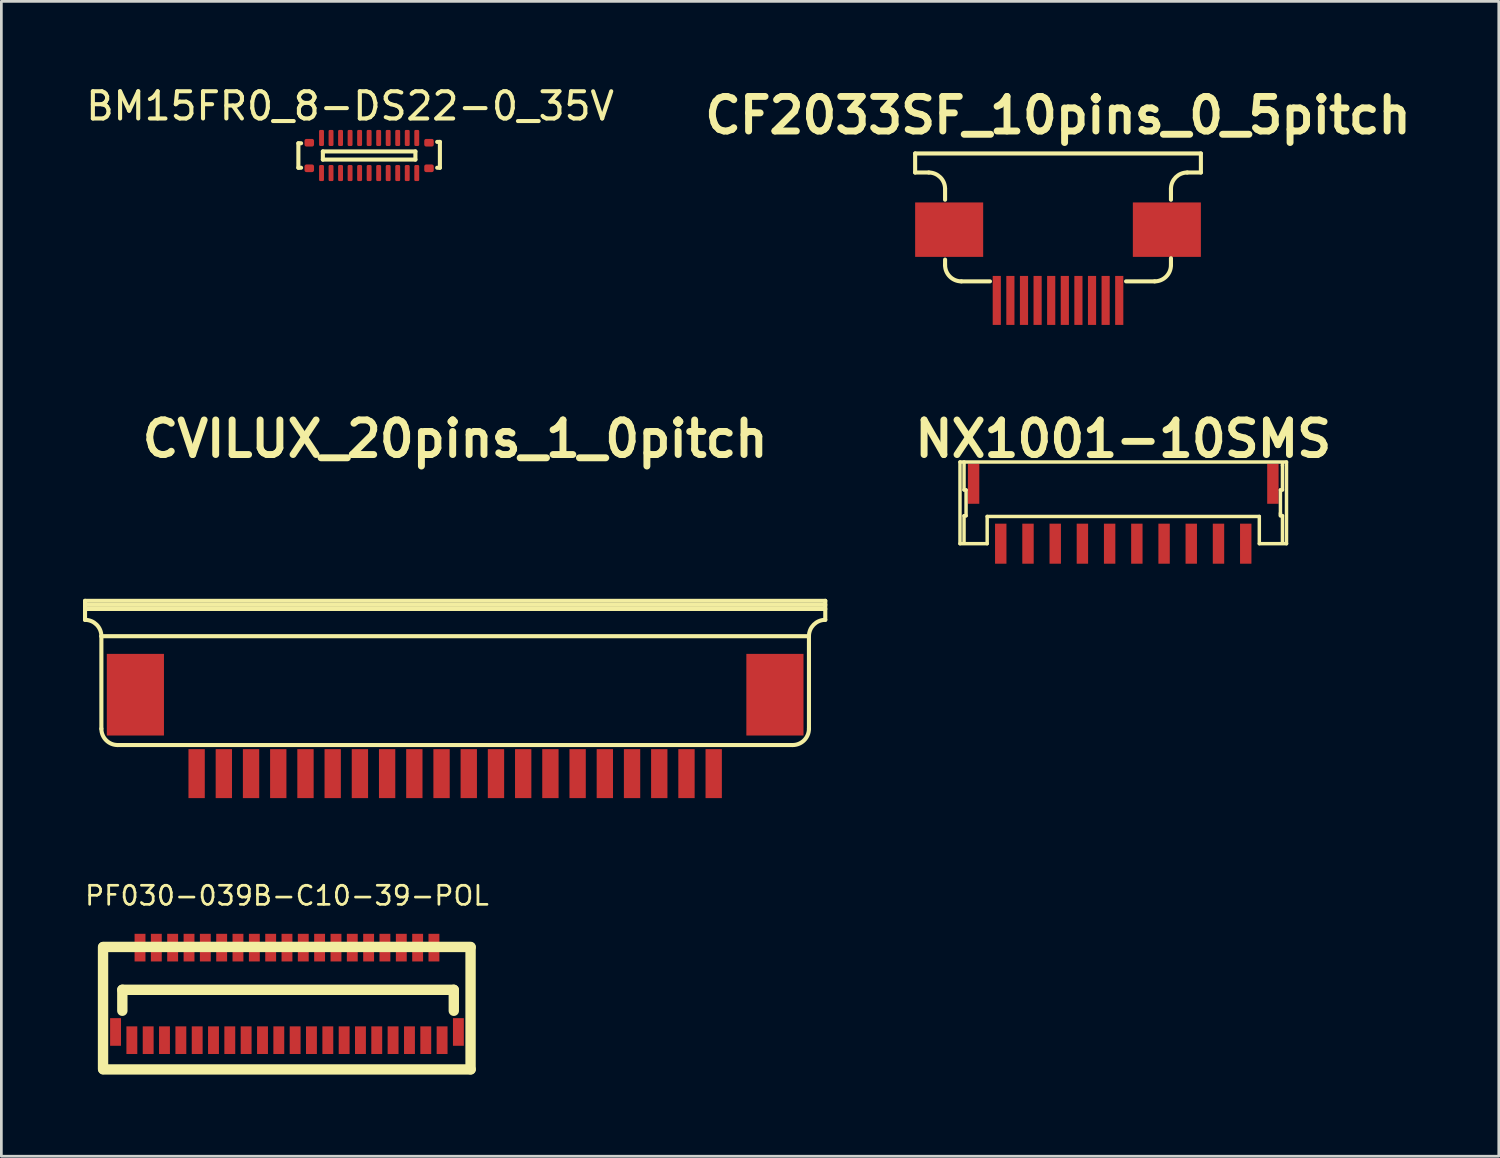
<source format=kicad_pcb>
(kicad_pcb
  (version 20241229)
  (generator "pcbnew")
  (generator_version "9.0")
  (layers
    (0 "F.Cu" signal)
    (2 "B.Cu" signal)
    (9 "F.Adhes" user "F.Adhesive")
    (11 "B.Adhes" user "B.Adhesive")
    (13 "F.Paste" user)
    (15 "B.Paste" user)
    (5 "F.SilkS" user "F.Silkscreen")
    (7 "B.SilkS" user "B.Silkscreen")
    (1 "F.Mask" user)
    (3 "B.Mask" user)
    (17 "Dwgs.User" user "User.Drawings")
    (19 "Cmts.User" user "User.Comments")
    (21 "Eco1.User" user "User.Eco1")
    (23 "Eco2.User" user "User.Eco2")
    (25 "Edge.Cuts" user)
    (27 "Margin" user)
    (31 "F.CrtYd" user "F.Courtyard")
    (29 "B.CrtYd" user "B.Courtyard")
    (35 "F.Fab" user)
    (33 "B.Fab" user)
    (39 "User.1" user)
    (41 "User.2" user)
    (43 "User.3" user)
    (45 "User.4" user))
  (footprint "CVILUX_20pins_1_0pitch"
    (layer "F.Cu")
    (at 13.675 21.677)
    (property "Reference" "CVILUX_20pins_1_0pitch" (at 0 -8.6 0) (layer "F.SilkS") (effects (font (size 1.27 1.27) (thickness 0.254))))
    (attr smd)
    (fp_line (start -13.6 -2.65) (end -13.6 -1.95) (stroke (width 0.15) (type solid)) (layer "F.SilkS"))
    (fp_line (start -13.6 -2.35) (end 13.6 -2.35) (stroke (width 0.15) (type solid)) (layer "F.SilkS"))
    (fp_line (start -13 -1.35) (end -13 2.05) (stroke (width 0.15) (type solid)) (layer "F.SilkS"))
    (fp_line (start 12.4 2.65) (end -12.4 2.65) (stroke (width 0.15) (type solid)) (layer "F.SilkS"))
    (fp_line (start 13 -1.35) (end -13 -1.35) (stroke (width 0.15) (type solid)) (layer "F.SilkS"))
    (fp_line (start 13 -1.35) (end 13 2.05) (stroke (width 0.15) (type solid)) (layer "F.SilkS"))
    (fp_line (start 13.6 -2.65) (end -13.6 -2.65) (stroke (width 0.15) (type solid)) (layer "F.SilkS"))
    (fp_line (start 13.6 -2.65) (end 13.6 -1.95) (stroke (width 0.15) (type solid)) (layer "F.SilkS"))
    (fp_line (start 13.6 -2.5) (end -13.6 -2.5) (stroke (width 0.15) (type solid)) (layer "F.SilkS"))
    (fp_arc (start -13.6 -1.95) (mid -13.175736 -1.774264) (end -13 -1.35) (stroke (width 0.15) (type solid)) (layer "F.SilkS"))
    (fp_arc (start -12.4 2.65) (mid -12.824264 2.474264) (end -13 2.05) (stroke (width 0.15) (type solid)) (layer "F.SilkS"))
    (fp_arc (start 13 -1.35) (mid 13.175736 -1.774264) (end 13.6 -1.95) (stroke (width 0.15) (type solid)) (layer "F.SilkS"))
    (fp_arc (start 13 2.05) (mid 12.824264 2.474264) (end 12.4 2.65) (stroke (width 0.15) (type solid)) (layer "F.SilkS"))
    (pad "0" smd rect (at -11.75 0.8) (size 2.1 3) (layers "F.Cu" "F.Mask" "F.Paste"))
    (pad "0" smd rect (at 11.75 0.8) (size 2.1 3) (layers "F.Cu" "F.Mask" "F.Paste"))
    (pad "1" smd rect (at -9.5 3.7) (size 0.6 1.8) (layers "F.Cu" "F.Mask" "F.Paste"))
    (pad "2" smd rect (at -8.5 3.7) (size 0.6 1.8) (layers "F.Cu" "F.Mask" "F.Paste"))
    (pad "3" smd rect (at -7.5 3.7) (size 0.6 1.8) (layers "F.Cu" "F.Mask" "F.Paste"))
    (pad "4" smd rect (at -6.5 3.7) (size 0.6 1.8) (layers "F.Cu" "F.Mask" "F.Paste"))
    (pad "5" smd rect (at -5.5 3.7) (size 0.6 1.8) (layers "F.Cu" "F.Mask" "F.Paste"))
    (pad "6" smd rect (at -4.5 3.7) (size 0.6 1.8) (layers "F.Cu" "F.Mask" "F.Paste"))
    (pad "7" smd rect (at -3.5 3.7) (size 0.6 1.8) (layers "F.Cu" "F.Mask" "F.Paste"))
    (pad "8" smd rect (at -2.5 3.7) (size 0.6 1.8) (layers "F.Cu" "F.Mask" "F.Paste"))
    (pad "9" smd rect (at -1.5 3.7) (size 0.6 1.8) (layers "F.Cu" "F.Mask" "F.Paste"))
    (pad "10" smd rect (at -0.5 3.7) (size 0.6 1.8) (layers "F.Cu" "F.Mask" "F.Paste"))
    (pad "11" smd rect (at 0.5 3.7) (size 0.6 1.8) (layers "F.Cu" "F.Mask" "F.Paste"))
    (pad "12" smd rect (at 1.5 3.7) (size 0.6 1.8) (layers "F.Cu" "F.Mask" "F.Paste"))
    (pad "13" smd rect (at 2.5 3.7) (size 0.6 1.8) (layers "F.Cu" "F.Mask" "F.Paste"))
    (pad "14" smd rect (at 3.5 3.7) (size 0.6 1.8) (layers "F.Cu" "F.Mask" "F.Paste"))
    (pad "15" smd rect (at 4.5 3.7) (size 0.6 1.8) (layers "F.Cu" "F.Mask" "F.Paste"))
    (pad "16" smd rect (at 5.5 3.7) (size 0.6 1.8) (layers "F.Cu" "F.Mask" "F.Paste"))
    (pad "17" smd rect (at 6.5 3.7) (size 0.6 1.8) (layers "F.Cu" "F.Mask" "F.Paste"))
    (pad "18" smd rect (at 7.5 3.7) (size 0.6 1.8) (layers "F.Cu" "F.Mask" "F.Paste"))
    (pad "19" smd rect (at 8.5 3.7) (size 0.6 1.8) (layers "F.Cu" "F.Mask" "F.Paste"))
    (pad "20" smd rect (at 9.5 3.7) (size 0.6 1.8) (layers "F.Cu" "F.Mask" "F.Paste")))
  (footprint "PF030-039B-C10-39-POL"
    (layer "F.Cu")
    (at 7.495 33.671)
    (property "Reference" "PF030-039B-C10-39-POL" (at 0 -3.81 0) (layer "F.SilkS") (effects (font (size 0.7 0.7) (thickness 0.099))))
    (attr smd)
    (fp_line (start -6.759 2.56) (end -6.759 -1.92) (stroke (width 0.381) (type solid)) (layer "F.SilkS"))
    (fp_line (start -6.05 -0.351) (end -6.05 0.419) (stroke (width 0.381) (type solid)) (layer "F.SilkS"))
    (fp_line (start 6.126 -0.351) (end -6.05 -0.351) (stroke (width 0.381) (type solid)) (layer "F.SilkS"))
    (fp_line (start 6.13 -0.35) (end 6.13 0.42) (stroke (width 0.381) (type solid)) (layer "F.SilkS"))
    (fp_line (start 6.746 -1.91) (end 6.746 2.57) (stroke (width 0.381) (type solid)) (layer "F.SilkS"))
    (fp_line (start 6.749 -1.925) (end -6.749 -1.925) (stroke (width 0.381) (type solid)) (layer "F.SilkS"))
    (fp_line (start 6.749 2.576) (end -6.749 2.576) (stroke (width 0.381) (type solid)) (layer "F.SilkS"))
    (pad "0" smd rect (at -6.299 1.199) (size 0.4 1.016) (layers "F.Cu" "F.Mask" "F.Paste"))
    (pad "0" smd rect (at 6.299 1.199) (size 0.4 1.016) (layers "F.Cu" "F.Mask" "F.Paste"))
    (pad "1" smd rect (at -5.7 1.501) (size 0.4 1.016) (layers "F.Cu" "F.Mask" "F.Paste"))
    (pad "2" smd rect (at -5.4 -1.9) (size 0.4 1.016) (layers "F.Cu" "F.Mask" "F.Paste"))
    (pad "3" smd rect (at -5.1 1.501) (size 0.4 1.016) (layers "F.Cu" "F.Mask" "F.Paste"))
    (pad "4" smd rect (at -4.801 -1.9) (size 0.4 1.016) (layers "F.Cu" "F.Mask" "F.Paste"))
    (pad "5" smd rect (at -4.501 1.501) (size 0.4 1.016) (layers "F.Cu" "F.Mask" "F.Paste"))
    (pad "6" smd rect (at -4.201 -1.9) (size 0.4 1.016) (layers "F.Cu" "F.Mask" "F.Paste"))
    (pad "7" smd rect (at -3.899 1.501) (size 0.4 1.016) (layers "F.Cu" "F.Mask" "F.Paste"))
    (pad "8" smd rect (at -3.599 -1.9) (size 0.4 1.016) (layers "F.Cu" "F.Mask" "F.Paste"))
    (pad "9" smd rect (at -3.299 1.501) (size 0.4 1.016) (layers "F.Cu" "F.Mask" "F.Paste"))
    (pad "10" smd rect (at -3 -1.9) (size 0.4 1.016) (layers "F.Cu" "F.Mask" "F.Paste"))
    (pad "11" smd rect (at -2.7 1.501) (size 0.4 1.016) (layers "F.Cu" "F.Mask" "F.Paste"))
    (pad "12" smd rect (at -2.4 -1.9) (size 0.4 1.016) (layers "F.Cu" "F.Mask" "F.Paste"))
    (pad "13" smd rect (at -2.101 1.501) (size 0.4 1.016) (layers "F.Cu" "F.Mask" "F.Paste"))
    (pad "14" smd rect (at -1.801 -1.9) (size 0.4 1.016) (layers "F.Cu" "F.Mask" "F.Paste"))
    (pad "15" smd rect (at -1.501 1.501) (size 0.4 1.016) (layers "F.Cu" "F.Mask" "F.Paste"))
    (pad "16" smd rect (at -1.199 -1.9) (size 0.4 1.016) (layers "F.Cu" "F.Mask" "F.Paste"))
    (pad "17" smd rect (at -0.899 1.501) (size 0.4 1.016) (layers "F.Cu" "F.Mask" "F.Paste"))
    (pad "18" smd rect (at -0.599 -1.9) (size 0.4 1.016) (layers "F.Cu" "F.Mask" "F.Paste"))
    (pad "19" smd rect (at -0.3 1.501) (size 0.4 1.016) (layers "F.Cu" "F.Mask" "F.Paste"))
    (pad "20" smd rect (at 0 -1.9) (size 0.4 1.016) (layers "F.Cu" "F.Mask" "F.Paste"))
    (pad "21" smd rect (at 0.3 1.501) (size 0.4 1.016) (layers "F.Cu" "F.Mask" "F.Paste"))
    (pad "22" smd rect (at 0.599 -1.9) (size 0.4 1.016) (layers "F.Cu" "F.Mask" "F.Paste"))
    (pad "23" smd rect (at 0.899 1.501) (size 0.4 1.016) (layers "F.Cu" "F.Mask" "F.Paste"))
    (pad "24" smd rect (at 1.199 -1.9) (size 0.4 1.016) (layers "F.Cu" "F.Mask" "F.Paste"))
    (pad "25" smd rect (at 1.501 1.501) (size 0.4 1.016) (layers "F.Cu" "F.Mask" "F.Paste"))
    (pad "26" smd rect (at 1.801 -1.9) (size 0.4 1.016) (layers "F.Cu" "F.Mask" "F.Paste"))
    (pad "27" smd rect (at 2.101 1.501) (size 0.4 1.016) (layers "F.Cu" "F.Mask" "F.Paste"))
    (pad "28" smd rect (at 2.4 -1.9) (size 0.4 1.016) (layers "F.Cu" "F.Mask" "F.Paste"))
    (pad "29" smd rect (at 2.7 1.501) (size 0.4 1.016) (layers "F.Cu" "F.Mask" "F.Paste"))
    (pad "30" smd rect (at 3 -1.9) (size 0.4 1.016) (layers "F.Cu" "F.Mask" "F.Paste"))
    (pad "31" smd rect (at 3.299 1.501) (size 0.4 1.016) (layers "F.Cu" "F.Mask" "F.Paste"))
    (pad "32" smd rect (at 3.599 -1.9) (size 0.4 1.016) (layers "F.Cu" "F.Mask" "F.Paste"))
    (pad "33" smd rect (at 3.899 1.501) (size 0.4 1.016) (layers "F.Cu" "F.Mask" "F.Paste"))
    (pad "34" smd rect (at 4.201 -1.9) (size 0.4 1.016) (layers "F.Cu" "F.Mask" "F.Paste"))
    (pad "35" smd rect (at 4.501 1.501) (size 0.4 1.016) (layers "F.Cu" "F.Mask" "F.Paste"))
    (pad "36" smd rect (at 4.801 -1.9) (size 0.4 1.016) (layers "F.Cu" "F.Mask" "F.Paste"))
    (pad "37" smd rect (at 5.1 1.501) (size 0.4 1.016) (layers "F.Cu" "F.Mask" "F.Paste"))
    (pad "38" smd rect (at 5.4 -1.9) (size 0.4 1.016) (layers "F.Cu" "F.Mask" "F.Paste"))
    (pad "39" smd rect (at 5.7 1.501) (size 0.4 1.016) (layers "F.Cu" "F.Mask" "F.Paste")))
  (footprint "BM15FR0_8-DS22-0_35V"
    (layer "F.Cu")
    (at 10.514 2.664)
    (property "Reference" "BM15FR0_8-DS22-0_35V" (at -0.699 -1.816 0) (layer "F.SilkS") (effects (font (size 1 1) (thickness 0.15))))
    (attr through_hole)
    (fp_line (start -2.6 -0.45) (end -2.6 0.45) (stroke (width 0.15) (type solid)) (layer "F.SilkS"))
    (fp_line (start -2.6 0.45) (end -2.5 0.45) (stroke (width 0.15) (type solid)) (layer "F.SilkS"))
    (fp_line (start -2.5 -0.45) (end -2.6 -0.45) (stroke (width 0.15) (type solid)) (layer "F.SilkS"))
    (fp_line (start -1.7 -0.15) (end 1.7 -0.15) (stroke (width 0.15) (type solid)) (layer "F.SilkS"))
    (fp_line (start -1.7 0.15) (end -1.7 -0.15) (stroke (width 0.15) (type solid)) (layer "F.SilkS"))
    (fp_line (start 1.7 -0.15) (end 1.7 0.15) (stroke (width 0.15) (type solid)) (layer "F.SilkS"))
    (fp_line (start 1.7 0.15) (end -1.7 0.15) (stroke (width 0.15) (type solid)) (layer "F.SilkS"))
    (fp_line (start 2.5 -0.5) (end 2.6 -0.5) (stroke (width 0.15) (type solid)) (layer "F.SilkS"))
    (fp_line (start 2.6 -0.5) (end 2.6 0.45) (stroke (width 0.15) (type solid)) (layer "F.SilkS"))
    (fp_line (start 2.6 0.45) (end 2.5 0.45) (stroke (width 0.15) (type solid)) (layer "F.SilkS"))
    (pad "0" smd roundrect (at -2.2 -0.47) (size 0.35 0.28) (layers "F.Cu" "F.Mask" "F.Paste") (roundrect_rratio 0.25))
    (pad "0" smd roundrect (at -2.2 0.47) (size 0.35 0.28) (layers "F.Cu" "F.Mask" "F.Paste") (roundrect_rratio 0.25))
    (pad "0" smd roundrect (at 2.2 -0.47) (size 0.35 0.28) (layers "F.Cu" "F.Mask" "F.Paste") (roundrect_rratio 0.25))
    (pad "0" smd roundrect (at 2.2 0.47) (size 0.35 0.28) (layers "F.Cu" "F.Mask" "F.Paste") (roundrect_rratio 0.25))
    (pad "1" smd roundrect (at -1.75 0.645) (size 0.18 0.59) (layers "F.Cu" "F.Mask" "F.Paste") (roundrect_rratio 0.25))
    (pad "2" smd roundrect (at -1.75 -0.645) (size 0.18 0.59) (layers "F.Cu" "F.Mask" "F.Paste") (roundrect_rratio 0.25))
    (pad "3" smd roundrect (at -1.4 0.645) (size 0.18 0.59) (layers "F.Cu" "F.Mask" "F.Paste") (roundrect_rratio 0.25))
    (pad "4" smd roundrect (at -1.4 -0.645) (size 0.18 0.59) (layers "F.Cu" "F.Mask" "F.Paste") (roundrect_rratio 0.25))
    (pad "5" smd roundrect (at -1.05 0.645) (size 0.18 0.59) (layers "F.Cu" "F.Mask" "F.Paste") (roundrect_rratio 0.25))
    (pad "6" smd roundrect (at -1.05 -0.645) (size 0.18 0.59) (layers "F.Cu" "F.Mask" "F.Paste") (roundrect_rratio 0.25))
    (pad "7" smd roundrect (at -0.7 0.645) (size 0.18 0.59) (layers "F.Cu" "F.Mask" "F.Paste") (roundrect_rratio 0.25))
    (pad "8" smd roundrect (at -0.7 -0.645) (size 0.18 0.59) (layers "F.Cu" "F.Mask" "F.Paste") (roundrect_rratio 0.25))
    (pad "9" smd roundrect (at -0.35 0.645) (size 0.18 0.59) (layers "F.Cu" "F.Mask" "F.Paste") (roundrect_rratio 0.25))
    (pad "10" smd roundrect (at -0.35 -0.645) (size 0.18 0.59) (layers "F.Cu" "F.Mask" "F.Paste") (roundrect_rratio 0.25))
    (pad "11" smd roundrect (at 0 0.645) (size 0.18 0.59) (layers "F.Cu" "F.Mask" "F.Paste") (roundrect_rratio 0.25))
    (pad "12" smd roundrect (at 0 -0.645) (size 0.18 0.59) (layers "F.Cu" "F.Mask" "F.Paste") (roundrect_rratio 0.25))
    (pad "13" smd roundrect (at 0.35 0.645) (size 0.18 0.59) (layers "F.Cu" "F.Mask" "F.Paste") (roundrect_rratio 0.25))
    (pad "14" smd roundrect (at 0.35 -0.645) (size 0.18 0.59) (layers "F.Cu" "F.Mask" "F.Paste") (roundrect_rratio 0.25))
    (pad "15" smd roundrect (at 0.7 0.645) (size 0.18 0.59) (layers "F.Cu" "F.Mask" "F.Paste") (roundrect_rratio 0.25))
    (pad "16" smd roundrect (at 0.7 -0.645) (size 0.18 0.59) (layers "F.Cu" "F.Mask" "F.Paste") (roundrect_rratio 0.25))
    (pad "17" smd roundrect (at 1.05 0.645) (size 0.18 0.59) (layers "F.Cu" "F.Mask" "F.Paste") (roundrect_rratio 0.25))
    (pad "18" smd roundrect (at 1.05 -0.645) (size 0.18 0.59) (layers "F.Cu" "F.Mask" "F.Paste") (roundrect_rratio 0.25))
    (pad "19" smd roundrect (at 1.4 0.645) (size 0.18 0.59) (layers "F.Cu" "F.Mask" "F.Paste") (roundrect_rratio 0.25))
    (pad "20" smd roundrect (at 1.4 -0.645) (size 0.18 0.59) (layers "F.Cu" "F.Mask" "F.Paste") (roundrect_rratio 0.25))
    (pad "21" smd roundrect (at 1.75 0.645) (size 0.18 0.59) (layers "F.Cu" "F.Mask" "F.Paste") (roundrect_rratio 0.25))
    (pad "22" smd roundrect (at 1.75 -0.645) (size 0.18 0.59) (layers "F.Cu" "F.Mask" "F.Paste") (roundrect_rratio 0.25)))
  (footprint "NX1001-10SMS"
    (layer "F.Cu")
    (at 38.224 15.427)
    (property "Reference" "NX1001-10SMS" (at 0 -2.349 0) (layer "F.SilkS") (effects (font (size 1.27 1.27) (thickness 0.254))))
    (attr smd)
    (fp_line (start -6 1.5) (end -5 1.5) (stroke (width 0.127) (type solid)) (layer "F.SilkS"))
    (fp_line (start -5.999 -1.501) (end -5.999 1.501) (stroke (width 0.127) (type solid)) (layer "F.SilkS"))
    (fp_line (start -5.85 -1.501) (end -5.85 -0.475) (stroke (width 0.127) (type solid)) (layer "F.SilkS"))
    (fp_line (start -5.85 -0.475) (end -5.776 -0.475) (stroke (width 0.127) (type solid)) (layer "F.SilkS"))
    (fp_line (start -5.85 0.475) (end -5.85 1.476) (stroke (width 0.127) (type solid)) (layer "F.SilkS"))
    (fp_line (start -5.776 -0.475) (end -5.776 0.475) (stroke (width 0.127) (type solid)) (layer "F.SilkS"))
    (fp_line (start -5.776 0.475) (end -5.85 0.475) (stroke (width 0.127) (type solid)) (layer "F.SilkS"))
    (fp_line (start -5 0.5) (end 5 0.5) (stroke (width 0.127) (type solid)) (layer "F.SilkS"))
    (fp_line (start -5 1.5) (end -5 0.5) (stroke (width 0.127) (type solid)) (layer "F.SilkS"))
    (fp_line (start 5 0.5) (end 5 1.5) (stroke (width 0.127) (type solid)) (layer "F.SilkS"))
    (fp_line (start 5.776 -0.475) (end 5.776 0.424) (stroke (width 0.127) (type solid)) (layer "F.SilkS"))
    (fp_line (start 5.776 0.475) (end 5.776 0.376) (stroke (width 0.127) (type solid)) (layer "F.SilkS"))
    (fp_line (start 5.85 -1.374) (end 5.85 -1.476) (stroke (width 0.127) (type solid)) (layer "F.SilkS"))
    (fp_line (start 5.85 -1.374) (end 5.85 -0.475) (stroke (width 0.127) (type solid)) (layer "F.SilkS"))
    (fp_line (start 5.85 -0.475) (end 5.776 -0.475) (stroke (width 0.127) (type solid)) (layer "F.SilkS"))
    (fp_line (start 5.85 0.475) (end 5.776 0.475) (stroke (width 0.127) (type solid)) (layer "F.SilkS"))
    (fp_line (start 5.85 0.475) (end 5.85 1.476) (stroke (width 0.127) (type solid)) (layer "F.SilkS"))
    (fp_line (start 5.999 -1.501) (end -5.999 -1.501) (stroke (width 0.127) (type solid)) (layer "F.SilkS"))
    (fp_line (start 5.999 1.501) (end 5.999 -1.501) (stroke (width 0.127) (type solid)) (layer "F.SilkS"))
    (fp_line (start 6 1.5) (end 5 1.5) (stroke (width 0.127) (type solid)) (layer "F.SilkS"))
    (pad "0" smd rect (at -5.499 -0.701) (size 0.419 1.471) (layers "F.Cu" "F.Mask" "F.Paste"))
    (pad "0" smd rect (at 5.499 -0.701) (size 0.419 1.471) (layers "F.Cu" "F.Mask" "F.Paste"))
    (pad "1" smd rect (at -4.501 1.501) (size 0.419 1.471) (layers "F.Cu" "F.Mask" "F.Paste"))
    (pad "2" smd rect (at -3.5 1.501) (size 0.419 1.471) (layers "F.Cu" "F.Mask" "F.Paste"))
    (pad "3" smd rect (at -2.499 1.501) (size 0.419 1.471) (layers "F.Cu" "F.Mask" "F.Paste"))
    (pad "4" smd rect (at -1.501 1.501) (size 0.419 1.471) (layers "F.Cu" "F.Mask" "F.Paste"))
    (pad "5" smd rect (at -0.5 1.501) (size 0.419 1.471) (layers "F.Cu" "F.Mask" "F.Paste"))
    (pad "6" smd rect (at 0.5 1.501) (size 0.419 1.471) (layers "F.Cu" "F.Mask" "F.Paste"))
    (pad "7" smd rect (at 1.501 1.501) (size 0.419 1.471) (layers "F.Cu" "F.Mask" "F.Paste"))
    (pad "8" smd rect (at 2.499 1.501) (size 0.419 1.471) (layers "F.Cu" "F.Mask" "F.Paste"))
    (pad "9" smd rect (at 3.5 1.501) (size 0.419 1.471) (layers "F.Cu" "F.Mask" "F.Paste"))
    (pad "10" smd rect (at 4.501 1.501) (size 0.419 1.471) (layers "F.Cu" "F.Mask" "F.Paste")))
  (footprint "CF2033SF_10pins_0_5pitch"
    (layer "F.Cu")
    (at 35.827 5.389)
    (property "Reference" "CF2033SF_10pins_0_5pitch" (at 0 -4.2 0) (layer "F.SilkS") (effects (font (size 1.27 1.27) (thickness 0.254))))
    (attr through_hole)
    (fp_line (start -5.25 -2.8) (end -5.25 -2.1) (stroke (width 0.15) (type solid)) (layer "F.SilkS"))
    (fp_line (start -5.25 -2.1) (end -4.75 -2.1) (stroke (width 0.15) (type solid)) (layer "F.SilkS"))
    (fp_line (start -4.15 -1.5) (end -4.15 -1.1) (stroke (width 0.15) (type solid)) (layer "F.SilkS"))
    (fp_line (start -4.15 1.3) (end -4.15 1.1) (stroke (width 0.15) (type solid)) (layer "F.SilkS"))
    (fp_line (start -3.55 1.9) (end -2.5 1.9) (stroke (width 0.15) (type solid)) (layer "F.SilkS"))
    (fp_line (start 3.55 1.9) (end 2.5 1.9) (stroke (width 0.15) (type solid)) (layer "F.SilkS"))
    (fp_line (start 4.15 -1.5) (end 4.15 -1.1) (stroke (width 0.15) (type solid)) (layer "F.SilkS"))
    (fp_line (start 4.15 1.05) (end 4.15 1.3) (stroke (width 0.15) (type solid)) (layer "F.SilkS"))
    (fp_line (start 5.25 -2.8) (end -5.25 -2.8) (stroke (width 0.15) (type solid)) (layer "F.SilkS"))
    (fp_line (start 5.25 -2.8) (end 5.25 -2.1) (stroke (width 0.15) (type solid)) (layer "F.SilkS"))
    (fp_line (start 5.25 -2.1) (end 4.75 -2.1) (stroke (width 0.15) (type solid)) (layer "F.SilkS"))
    (fp_arc (start -4.75 -2.1) (mid -4.325736 -1.924264) (end -4.15 -1.5) (stroke (width 0.15) (type solid)) (layer "F.SilkS"))
    (fp_arc (start -3.55 1.9) (mid -3.974264 1.724264) (end -4.15 1.3) (stroke (width 0.15) (type solid)) (layer "F.SilkS"))
    (fp_arc (start 4.15 -1.5) (mid 4.325736 -1.924264) (end 4.75 -2.1) (stroke (width 0.15) (type solid)) (layer "F.SilkS"))
    (fp_arc (start 4.15 1.3) (mid 3.974264 1.724264) (end 3.55 1.9) (stroke (width 0.15) (type solid)) (layer "F.SilkS"))
    (pad "0" smd rect (at -4 0) (size 2.5 2) (layers "F.Cu" "F.Mask" "F.Paste"))
    (pad "0" smd rect (at 4 0) (size 2.5 2) (layers "F.Cu" "F.Mask" "F.Paste"))
    (pad "1" smd rect (at -2.25 2.6) (size 0.3 1.8) (layers "F.Cu" "F.Mask" "F.Paste"))
    (pad "2" smd rect (at -1.75 2.6) (size 0.3 1.8) (layers "F.Cu" "F.Mask" "F.Paste"))
    (pad "3" smd rect (at -1.25 2.6) (size 0.3 1.8) (layers "F.Cu" "F.Mask" "F.Paste"))
    (pad "4" smd rect (at -0.75 2.6) (size 0.3 1.8) (layers "F.Cu" "F.Mask" "F.Paste"))
    (pad "5" smd rect (at -0.25 2.6) (size 0.3 1.8) (layers "F.Cu" "F.Mask" "F.Paste"))
    (pad "6" smd rect (at 0.25 2.6) (size 0.3 1.8) (layers "F.Cu" "F.Mask" "F.Paste"))
    (pad "7" smd rect (at 0.75 2.6) (size 0.3 1.8) (layers "F.Cu" "F.Mask" "F.Paste"))
    (pad "8" smd rect (at 1.25 2.6) (size 0.3 1.8) (layers "F.Cu" "F.Mask" "F.Paste"))
    (pad "9" smd rect (at 1.75 2.6) (size 0.3 1.8) (layers "F.Cu" "F.Mask" "F.Paste"))
    (pad "10" smd rect (at 2.25 2.6) (size 0.3 1.8) (layers "F.Cu" "F.Mask" "F.Paste")))
  (gr_rect
    (start -3 -3)
    (end 52.023 39.437)
    (stroke (width 0.1) (type default))
    (fill no)
    (layer "Edge.Cuts")))
</source>
